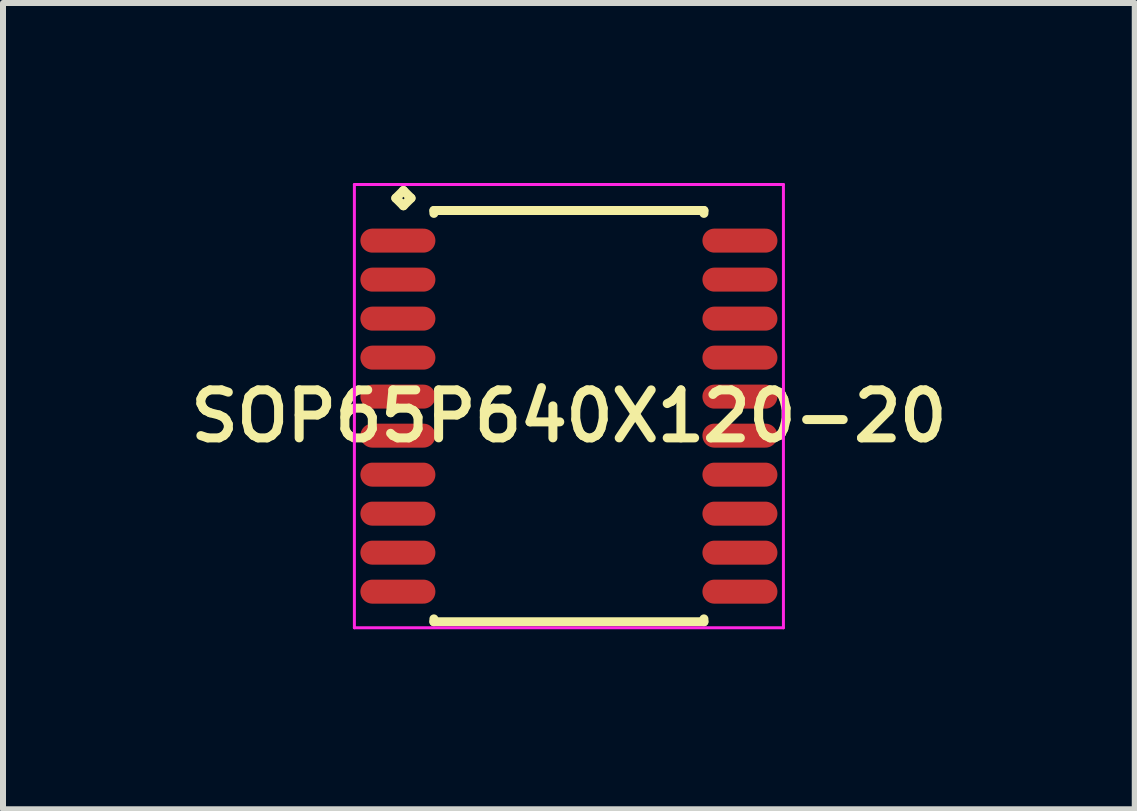
<source format=kicad_pcb>
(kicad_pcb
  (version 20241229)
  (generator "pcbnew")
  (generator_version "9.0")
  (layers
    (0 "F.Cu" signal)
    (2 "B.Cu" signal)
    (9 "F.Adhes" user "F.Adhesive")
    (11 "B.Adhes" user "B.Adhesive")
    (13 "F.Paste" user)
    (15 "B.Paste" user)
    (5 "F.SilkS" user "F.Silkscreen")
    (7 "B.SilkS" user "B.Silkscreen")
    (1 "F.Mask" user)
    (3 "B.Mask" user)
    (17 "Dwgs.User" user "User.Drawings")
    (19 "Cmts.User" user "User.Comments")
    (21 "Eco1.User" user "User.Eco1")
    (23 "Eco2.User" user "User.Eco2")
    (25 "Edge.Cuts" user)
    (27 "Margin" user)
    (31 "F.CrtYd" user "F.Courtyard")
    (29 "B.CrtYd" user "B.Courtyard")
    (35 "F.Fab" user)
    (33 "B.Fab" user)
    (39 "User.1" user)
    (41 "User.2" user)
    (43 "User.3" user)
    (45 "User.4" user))
  (footprint "SOP65P640X120-20"
    (layer "F.Cu")
    (at 6.431 3.885)
    (property "Reference" "SOP65P640X120-20" (at 0 0 0) (layer "F.SilkS") (effects (font (size 0.8 0.8) (thickness 0.15))))
    (attr smd)
    (fp_line (start -2.885 -3.633) (end -2.758 -3.76) (stroke (width 0.15) (type solid)) (layer "F.SilkS"))
    (fp_line (start -2.758 -3.76) (end -2.631 -3.633) (stroke (width 0.15) (type solid)) (layer "F.SilkS"))
    (fp_line (start -2.758 -3.506) (end -2.885 -3.633) (stroke (width 0.15) (type solid)) (layer "F.SilkS"))
    (fp_line (start -2.631 -3.633) (end -2.758 -3.506) (stroke (width 0.15) (type solid)) (layer "F.SilkS"))
    (fp_line (start -2.25 -3.427) (end 2.25 -3.427) (stroke (width 0.15) (type solid)) (layer "F.SilkS"))
    (fp_line (start -2.25 -3.379) (end -2.25 -3.427) (stroke (width 0.15) (type solid)) (layer "F.SilkS"))
    (fp_line (start -2.25 3.379) (end -2.25 3.427) (stroke (width 0.15) (type solid)) (layer "F.SilkS"))
    (fp_line (start -2.25 3.427) (end 2.25 3.427) (stroke (width 0.15) (type solid)) (layer "F.SilkS"))
    (fp_line (start 2.25 -3.427) (end 2.25 -3.379) (stroke (width 0.15) (type solid)) (layer "F.SilkS"))
    (fp_line (start 2.25 3.427) (end 2.25 3.379) (stroke (width 0.15) (type solid)) (layer "F.SilkS"))
    (fp_line (start -3.575 -3.86) (end 3.575 -3.86) (stroke (width 0.05) (type solid)) (layer "F.CrtYd"))
    (fp_line (start -3.575 3.527) (end -3.575 -3.86) (stroke (width 0.05) (type solid)) (layer "F.CrtYd"))
    (fp_line (start 3.575 -3.86) (end 3.575 3.527) (stroke (width 0.05) (type solid)) (layer "F.CrtYd"))
    (fp_line (start 3.575 3.527) (end -3.575 3.527) (stroke (width 0.05) (type solid)) (layer "F.CrtYd"))
    (pad "1" smd oval (at -2.85 -2.925) (size 1.25 0.4) (layers "F.Cu" "F.Mask" "F.Paste"))
    (pad "2" smd oval (at -2.85 -2.275) (size 1.25 0.4) (layers "F.Cu" "F.Mask" "F.Paste"))
    (pad "3" smd oval (at -2.85 -1.625) (size 1.25 0.4) (layers "F.Cu" "F.Mask" "F.Paste"))
    (pad "4" smd oval (at -2.85 -0.975) (size 1.25 0.4) (layers "F.Cu" "F.Mask" "F.Paste"))
    (pad "5" smd oval (at -2.85 -0.325) (size 1.25 0.4) (layers "F.Cu" "F.Mask" "F.Paste"))
    (pad "6" smd oval (at -2.85 0.325) (size 1.25 0.4) (layers "F.Cu" "F.Mask" "F.Paste"))
    (pad "7" smd oval (at -2.85 0.975) (size 1.25 0.4) (layers "F.Cu" "F.Mask" "F.Paste"))
    (pad "8" smd oval (at -2.85 1.625) (size 1.25 0.4) (layers "F.Cu" "F.Mask" "F.Paste"))
    (pad "9" smd oval (at -2.85 2.275) (size 1.25 0.4) (layers "F.Cu" "F.Mask" "F.Paste"))
    (pad "10" smd oval (at -2.85 2.925) (size 1.25 0.4) (layers "F.Cu" "F.Mask" "F.Paste"))
    (pad "11" smd oval (at 2.85 2.925) (size 1.25 0.4) (layers "F.Cu" "F.Mask" "F.Paste"))
    (pad "12" smd oval (at 2.85 2.275) (size 1.25 0.4) (layers "F.Cu" "F.Mask" "F.Paste"))
    (pad "13" smd oval (at 2.85 1.625) (size 1.25 0.4) (layers "F.Cu" "F.Mask" "F.Paste"))
    (pad "14" smd oval (at 2.85 0.975) (size 1.25 0.4) (layers "F.Cu" "F.Mask" "F.Paste"))
    (pad "15" smd oval (at 2.85 0.325) (size 1.25 0.4) (layers "F.Cu" "F.Mask" "F.Paste"))
    (pad "16" smd oval (at 2.85 -0.325) (size 1.25 0.4) (layers "F.Cu" "F.Mask" "F.Paste"))
    (pad "17" smd oval (at 2.85 -0.975) (size 1.25 0.4) (layers "F.Cu" "F.Mask" "F.Paste"))
    (pad "18" smd oval (at 2.85 -1.625) (size 1.25 0.4) (layers "F.Cu" "F.Mask" "F.Paste"))
    (pad "19" smd oval (at 2.85 -2.275) (size 1.25 0.4) (layers "F.Cu" "F.Mask" "F.Paste"))
    (pad "20" smd oval (at 2.85 -2.925) (size 1.25 0.4) (layers "F.Cu" "F.Mask" "F.Paste")))
  (gr_rect
    (start -3 -3)
    (end 15.861 10.437)
    (stroke (width 0.1) (type default))
    (fill no)
    (layer "Edge.Cuts")))
</source>
